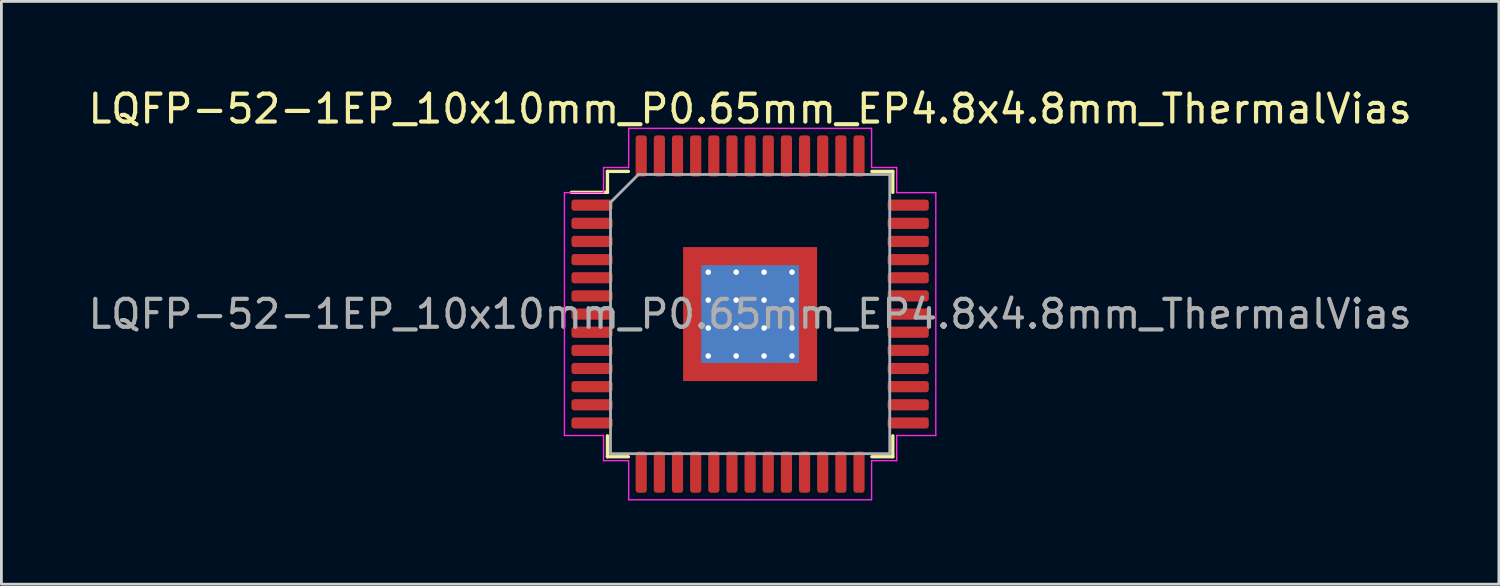
<source format=kicad_pcb>
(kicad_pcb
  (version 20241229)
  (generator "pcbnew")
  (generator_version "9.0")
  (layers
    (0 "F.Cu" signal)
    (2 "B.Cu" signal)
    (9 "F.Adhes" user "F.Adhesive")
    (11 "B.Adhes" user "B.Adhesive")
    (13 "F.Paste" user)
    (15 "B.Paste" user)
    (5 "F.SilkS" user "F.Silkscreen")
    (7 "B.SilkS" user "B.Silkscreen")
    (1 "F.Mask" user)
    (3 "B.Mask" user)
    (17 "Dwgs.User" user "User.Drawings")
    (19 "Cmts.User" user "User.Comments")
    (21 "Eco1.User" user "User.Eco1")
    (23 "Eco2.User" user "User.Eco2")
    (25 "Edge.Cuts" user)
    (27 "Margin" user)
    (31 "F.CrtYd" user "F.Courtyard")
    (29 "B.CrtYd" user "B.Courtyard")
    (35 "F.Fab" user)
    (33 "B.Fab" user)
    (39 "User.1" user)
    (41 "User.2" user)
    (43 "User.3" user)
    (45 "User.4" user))
  (footprint "LQFP-52-1EP_10x10mm_P0.65mm_EP4.8x4.8mm_ThermalVias"
    (layer "F.Cu")
    (at 23.815 8.198)
    (property "Reference" "LQFP-52-1EP_10x10mm_P0.65mm_EP4.8x4.8mm_ThermalVias" (at 0 -7.35 0) (layer "F.SilkS") (effects (font (size 1 1) (thickness 0.15))))
    (attr smd)
    (fp_line (start -5.11 -5.11) (end -5.11 -4.36) (stroke (width 0.12) (type solid)) (layer "F.SilkS"))
    (fp_line (start -5.11 -4.36) (end -6.4 -4.36) (stroke (width 0.12) (type solid)) (layer "F.SilkS"))
    (fp_line (start -5.11 5.11) (end -5.11 4.36) (stroke (width 0.12) (type solid)) (layer "F.SilkS"))
    (fp_line (start -4.36 -5.11) (end -5.11 -5.11) (stroke (width 0.12) (type solid)) (layer "F.SilkS"))
    (fp_line (start -4.36 5.11) (end -5.11 5.11) (stroke (width 0.12) (type solid)) (layer "F.SilkS"))
    (fp_line (start 4.36 -5.11) (end 5.11 -5.11) (stroke (width 0.12) (type solid)) (layer "F.SilkS"))
    (fp_line (start 4.36 5.11) (end 5.11 5.11) (stroke (width 0.12) (type solid)) (layer "F.SilkS"))
    (fp_line (start 5.11 -5.11) (end 5.11 -4.36) (stroke (width 0.12) (type solid)) (layer "F.SilkS"))
    (fp_line (start 5.11 5.11) (end 5.11 4.36) (stroke (width 0.12) (type solid)) (layer "F.SilkS"))
    (fp_line (start -6.65 -4.35) (end -6.65 0) (stroke (width 0.05) (type solid)) (layer "F.CrtYd"))
    (fp_line (start -6.65 4.35) (end -6.65 0) (stroke (width 0.05) (type solid)) (layer "F.CrtYd"))
    (fp_line (start -5.25 -5.25) (end -5.25 -4.35) (stroke (width 0.05) (type solid)) (layer "F.CrtYd"))
    (fp_line (start -5.25 -4.35) (end -6.65 -4.35) (stroke (width 0.05) (type solid)) (layer "F.CrtYd"))
    (fp_line (start -5.25 4.35) (end -6.65 4.35) (stroke (width 0.05) (type solid)) (layer "F.CrtYd"))
    (fp_line (start -5.25 5.25) (end -5.25 4.35) (stroke (width 0.05) (type solid)) (layer "F.CrtYd"))
    (fp_line (start -4.35 -6.65) (end -4.35 -5.25) (stroke (width 0.05) (type solid)) (layer "F.CrtYd"))
    (fp_line (start -4.35 -5.25) (end -5.25 -5.25) (stroke (width 0.05) (type solid)) (layer "F.CrtYd"))
    (fp_line (start -4.35 5.25) (end -5.25 5.25) (stroke (width 0.05) (type solid)) (layer "F.CrtYd"))
    (fp_line (start -4.35 6.65) (end -4.35 5.25) (stroke (width 0.05) (type solid)) (layer "F.CrtYd"))
    (fp_line (start 0 -6.65) (end -4.35 -6.65) (stroke (width 0.05) (type solid)) (layer "F.CrtYd"))
    (fp_line (start 0 -6.65) (end 4.35 -6.65) (stroke (width 0.05) (type solid)) (layer "F.CrtYd"))
    (fp_line (start 0 6.65) (end -4.35 6.65) (stroke (width 0.05) (type solid)) (layer "F.CrtYd"))
    (fp_line (start 0 6.65) (end 4.35 6.65) (stroke (width 0.05) (type solid)) (layer "F.CrtYd"))
    (fp_line (start 4.35 -6.65) (end 4.35 -5.25) (stroke (width 0.05) (type solid)) (layer "F.CrtYd"))
    (fp_line (start 4.35 -5.25) (end 5.25 -5.25) (stroke (width 0.05) (type solid)) (layer "F.CrtYd"))
    (fp_line (start 4.35 5.25) (end 5.25 5.25) (stroke (width 0.05) (type solid)) (layer "F.CrtYd"))
    (fp_line (start 4.35 6.65) (end 4.35 5.25) (stroke (width 0.05) (type solid)) (layer "F.CrtYd"))
    (fp_line (start 5.25 -5.25) (end 5.25 -4.35) (stroke (width 0.05) (type solid)) (layer "F.CrtYd"))
    (fp_line (start 5.25 -4.35) (end 6.65 -4.35) (stroke (width 0.05) (type solid)) (layer "F.CrtYd"))
    (fp_line (start 5.25 4.35) (end 6.65 4.35) (stroke (width 0.05) (type solid)) (layer "F.CrtYd"))
    (fp_line (start 5.25 5.25) (end 5.25 4.35) (stroke (width 0.05) (type solid)) (layer "F.CrtYd"))
    (fp_line (start 6.65 -4.35) (end 6.65 0) (stroke (width 0.05) (type solid)) (layer "F.CrtYd"))
    (fp_line (start 6.65 4.35) (end 6.65 0) (stroke (width 0.05) (type solid)) (layer "F.CrtYd"))
    (fp_line (start -5 -4) (end -4 -5) (stroke (width 0.1) (type solid)) (layer "F.Fab"))
    (fp_line (start -5 5) (end -5 -4) (stroke (width 0.1) (type solid)) (layer "F.Fab"))
    (fp_line (start -4 -5) (end 5 -5) (stroke (width 0.1) (type solid)) (layer "F.Fab"))
    (fp_line (start 5 -5) (end 5 5) (stroke (width 0.1) (type solid)) (layer "F.Fab"))
    (fp_line (start 5 5) (end -5 5) (stroke (width 0.1) (type solid)) (layer "F.Fab"))
    (fp_text user "${REFERENCE}" (at 0 0 0) (layer "F.Fab") (effects (font (size 1 1) (thickness 0.15))))
    (pad "" smd custom (at -1.95 -1.95) (size 0.649 0.649) (layers "F.Paste") (options (anchor circle)) (primitives (gr_poly (pts (xy -0.286 -0.286) (xy 0.286 -0.286) (xy 0.286 0.223) (xy 0.223 0.286) (xy -0.286 0.286)) (width 0.153) (fill yes))))
    (pad "" smd roundrect (at -1.95 -1) (size 0.726 0.806) (layers "F.Paste") (roundrect_rratio 0.25))
    (pad "" smd roundrect (at -1.95 0) (size 0.726 0.806) (layers "F.Paste") (roundrect_rratio 0.25))
    (pad "" smd roundrect (at -1.95 1) (size 0.726 0.806) (layers "F.Paste") (roundrect_rratio 0.25))
    (pad "" smd custom (at -1.95 1.95) (size 0.649 0.649) (layers "F.Paste") (options (anchor circle)) (primitives (gr_poly (pts (xy -0.286 -0.286) (xy 0.223 -0.286) (xy 0.286 -0.223) (xy 0.286 0.286) (xy -0.286 0.286)) (width 0.153) (fill yes))))
    (pad "" smd roundrect (at -1 -1.95) (size 0.806 0.726) (layers "F.Paste") (roundrect_rratio 0.25))
    (pad "" smd roundrect (at -1 -1) (size 0.806 0.806) (layers "F.Paste") (roundrect_rratio 0.25))
    (pad "" smd roundrect (at -1 0) (size 0.806 0.806) (layers "F.Paste") (roundrect_rratio 0.25))
    (pad "" smd roundrect (at -1 1) (size 0.806 0.806) (layers "F.Paste") (roundrect_rratio 0.25))
    (pad "" smd roundrect (at -1 1.95) (size 0.806 0.726) (layers "F.Paste") (roundrect_rratio 0.25))
    (pad "" smd roundrect (at 0 -1.95) (size 0.806 0.726) (layers "F.Paste") (roundrect_rratio 0.25))
    (pad "" smd roundrect (at 0 -1) (size 0.806 0.806) (layers "F.Paste") (roundrect_rratio 0.25))
    (pad "" smd roundrect (at 0 0) (size 0.806 0.806) (layers "F.Paste") (roundrect_rratio 0.25))
    (pad "" smd roundrect (at 0 1) (size 0.806 0.806) (layers "F.Paste") (roundrect_rratio 0.25))
    (pad "" smd roundrect (at 0 1.95) (size 0.806 0.726) (layers "F.Paste") (roundrect_rratio 0.25))
    (pad "" smd roundrect (at 1 -1.95) (size 0.806 0.726) (layers "F.Paste") (roundrect_rratio 0.25))
    (pad "" smd roundrect (at 1 -1) (size 0.806 0.806) (layers "F.Paste") (roundrect_rratio 0.25))
    (pad "" smd roundrect (at 1 0) (size 0.806 0.806) (layers "F.Paste") (roundrect_rratio 0.25))
    (pad "" smd roundrect (at 1 1) (size 0.806 0.806) (layers "F.Paste") (roundrect_rratio 0.25))
    (pad "" smd roundrect (at 1 1.95) (size 0.806 0.726) (layers "F.Paste") (roundrect_rratio 0.25))
    (pad "" smd custom (at 1.95 -1.95) (size 0.649 0.649) (layers "F.Paste") (options (anchor circle)) (primitives (gr_poly (pts (xy -0.286 -0.286) (xy 0.286 -0.286) (xy 0.286 0.286) (xy -0.223 0.286) (xy -0.286 0.223)) (width 0.153) (fill yes))))
    (pad "" smd roundrect (at 1.95 -1) (size 0.726 0.806) (layers "F.Paste") (roundrect_rratio 0.25))
    (pad "" smd roundrect (at 1.95 0) (size 0.726 0.806) (layers "F.Paste") (roundrect_rratio 0.25))
    (pad "" smd roundrect (at 1.95 1) (size 0.726 0.806) (layers "F.Paste") (roundrect_rratio 0.25))
    (pad "" smd custom (at 1.95 1.95) (size 0.649 0.649) (layers "F.Paste") (options (anchor circle)) (primitives (gr_poly (pts (xy -0.286 -0.223) (xy -0.223 -0.286) (xy 0.286 -0.286) (xy 0.286 0.286) (xy -0.286 0.286)) (width 0.153) (fill yes))))
    (pad "1" smd roundrect (at -5.662 -3.9) (size 1.475 0.4) (layers "F.Cu" "F.Mask" "F.Paste") (roundrect_rratio 0.25))
    (pad "2" smd roundrect (at -5.662 -3.25) (size 1.475 0.4) (layers "F.Cu" "F.Mask" "F.Paste") (roundrect_rratio 0.25))
    (pad "3" smd roundrect (at -5.662 -2.6) (size 1.475 0.4) (layers "F.Cu" "F.Mask" "F.Paste") (roundrect_rratio 0.25))
    (pad "4" smd roundrect (at -5.662 -1.95) (size 1.475 0.4) (layers "F.Cu" "F.Mask" "F.Paste") (roundrect_rratio 0.25))
    (pad "5" smd roundrect (at -5.662 -1.3) (size 1.475 0.4) (layers "F.Cu" "F.Mask" "F.Paste") (roundrect_rratio 0.25))
    (pad "6" smd roundrect (at -5.662 -0.65) (size 1.475 0.4) (layers "F.Cu" "F.Mask" "F.Paste") (roundrect_rratio 0.25))
    (pad "7" smd roundrect (at -5.662 0) (size 1.475 0.4) (layers "F.Cu" "F.Mask" "F.Paste") (roundrect_rratio 0.25))
    (pad "8" smd roundrect (at -5.662 0.65) (size 1.475 0.4) (layers "F.Cu" "F.Mask" "F.Paste") (roundrect_rratio 0.25))
    (pad "9" smd roundrect (at -5.662 1.3) (size 1.475 0.4) (layers "F.Cu" "F.Mask" "F.Paste") (roundrect_rratio 0.25))
    (pad "10" smd roundrect (at -5.662 1.95) (size 1.475 0.4) (layers "F.Cu" "F.Mask" "F.Paste") (roundrect_rratio 0.25))
    (pad "11" smd roundrect (at -5.662 2.6) (size 1.475 0.4) (layers "F.Cu" "F.Mask" "F.Paste") (roundrect_rratio 0.25))
    (pad "12" smd roundrect (at -5.662 3.25) (size 1.475 0.4) (layers "F.Cu" "F.Mask" "F.Paste") (roundrect_rratio 0.25))
    (pad "13" smd roundrect (at -5.662 3.9) (size 1.475 0.4) (layers "F.Cu" "F.Mask" "F.Paste") (roundrect_rratio 0.25))
    (pad "14" smd roundrect (at -3.9 5.662) (size 0.4 1.475) (layers "F.Cu" "F.Mask" "F.Paste") (roundrect_rratio 0.25))
    (pad "15" smd roundrect (at -3.25 5.662) (size 0.4 1.475) (layers "F.Cu" "F.Mask" "F.Paste") (roundrect_rratio 0.25))
    (pad "16" smd roundrect (at -2.6 5.662) (size 0.4 1.475) (layers "F.Cu" "F.Mask" "F.Paste") (roundrect_rratio 0.25))
    (pad "17" smd roundrect (at -1.95 5.662) (size 0.4 1.475) (layers "F.Cu" "F.Mask" "F.Paste") (roundrect_rratio 0.25))
    (pad "18" smd roundrect (at -1.3 5.662) (size 0.4 1.475) (layers "F.Cu" "F.Mask" "F.Paste") (roundrect_rratio 0.25))
    (pad "19" smd roundrect (at -0.65 5.662) (size 0.4 1.475) (layers "F.Cu" "F.Mask" "F.Paste") (roundrect_rratio 0.25))
    (pad "20" smd roundrect (at 0 5.662) (size 0.4 1.475) (layers "F.Cu" "F.Mask" "F.Paste") (roundrect_rratio 0.25))
    (pad "21" smd roundrect (at 0.65 5.662) (size 0.4 1.475) (layers "F.Cu" "F.Mask" "F.Paste") (roundrect_rratio 0.25))
    (pad "22" smd roundrect (at 1.3 5.662) (size 0.4 1.475) (layers "F.Cu" "F.Mask" "F.Paste") (roundrect_rratio 0.25))
    (pad "23" smd roundrect (at 1.95 5.662) (size 0.4 1.475) (layers "F.Cu" "F.Mask" "F.Paste") (roundrect_rratio 0.25))
    (pad "24" smd roundrect (at 2.6 5.662) (size 0.4 1.475) (layers "F.Cu" "F.Mask" "F.Paste") (roundrect_rratio 0.25))
    (pad "25" smd roundrect (at 3.25 5.662) (size 0.4 1.475) (layers "F.Cu" "F.Mask" "F.Paste") (roundrect_rratio 0.25))
    (pad "26" smd roundrect (at 3.9 5.662) (size 0.4 1.475) (layers "F.Cu" "F.Mask" "F.Paste") (roundrect_rratio 0.25))
    (pad "27" smd roundrect (at 5.662 3.9) (size 1.475 0.4) (layers "F.Cu" "F.Mask" "F.Paste") (roundrect_rratio 0.25))
    (pad "28" smd roundrect (at 5.662 3.25) (size 1.475 0.4) (layers "F.Cu" "F.Mask" "F.Paste") (roundrect_rratio 0.25))
    (pad "29" smd roundrect (at 5.662 2.6) (size 1.475 0.4) (layers "F.Cu" "F.Mask" "F.Paste") (roundrect_rratio 0.25))
    (pad "30" smd roundrect (at 5.662 1.95) (size 1.475 0.4) (layers "F.Cu" "F.Mask" "F.Paste") (roundrect_rratio 0.25))
    (pad "31" smd roundrect (at 5.662 1.3) (size 1.475 0.4) (layers "F.Cu" "F.Mask" "F.Paste") (roundrect_rratio 0.25))
    (pad "32" smd roundrect (at 5.662 0.65) (size 1.475 0.4) (layers "F.Cu" "F.Mask" "F.Paste") (roundrect_rratio 0.25))
    (pad "33" smd roundrect (at 5.662 0) (size 1.475 0.4) (layers "F.Cu" "F.Mask" "F.Paste") (roundrect_rratio 0.25))
    (pad "34" smd roundrect (at 5.662 -0.65) (size 1.475 0.4) (layers "F.Cu" "F.Mask" "F.Paste") (roundrect_rratio 0.25))
    (pad "35" smd roundrect (at 5.662 -1.3) (size 1.475 0.4) (layers "F.Cu" "F.Mask" "F.Paste") (roundrect_rratio 0.25))
    (pad "36" smd roundrect (at 5.662 -1.95) (size 1.475 0.4) (layers "F.Cu" "F.Mask" "F.Paste") (roundrect_rratio 0.25))
    (pad "37" smd roundrect (at 5.662 -2.6) (size 1.475 0.4) (layers "F.Cu" "F.Mask" "F.Paste") (roundrect_rratio 0.25))
    (pad "38" smd roundrect (at 5.662 -3.25) (size 1.475 0.4) (layers "F.Cu" "F.Mask" "F.Paste") (roundrect_rratio 0.25))
    (pad "39" smd roundrect (at 5.662 -3.9) (size 1.475 0.4) (layers "F.Cu" "F.Mask" "F.Paste") (roundrect_rratio 0.25))
    (pad "40" smd roundrect (at 3.9 -5.662) (size 0.4 1.475) (layers "F.Cu" "F.Mask" "F.Paste") (roundrect_rratio 0.25))
    (pad "41" smd roundrect (at 3.25 -5.662) (size 0.4 1.475) (layers "F.Cu" "F.Mask" "F.Paste") (roundrect_rratio 0.25))
    (pad "42" smd roundrect (at 2.6 -5.662) (size 0.4 1.475) (layers "F.Cu" "F.Mask" "F.Paste") (roundrect_rratio 0.25))
    (pad "43" smd roundrect (at 1.95 -5.662) (size 0.4 1.475) (layers "F.Cu" "F.Mask" "F.Paste") (roundrect_rratio 0.25))
    (pad "44" smd roundrect (at 1.3 -5.662) (size 0.4 1.475) (layers "F.Cu" "F.Mask" "F.Paste") (roundrect_rratio 0.25))
    (pad "45" smd roundrect (at 0.65 -5.662) (size 0.4 1.475) (layers "F.Cu" "F.Mask" "F.Paste") (roundrect_rratio 0.25))
    (pad "46" smd roundrect (at 0 -5.662) (size 0.4 1.475) (layers "F.Cu" "F.Mask" "F.Paste") (roundrect_rratio 0.25))
    (pad "47" smd roundrect (at -0.65 -5.662) (size 0.4 1.475) (layers "F.Cu" "F.Mask" "F.Paste") (roundrect_rratio 0.25))
    (pad "48" smd roundrect (at -1.3 -5.662) (size 0.4 1.475) (layers "F.Cu" "F.Mask" "F.Paste") (roundrect_rratio 0.25))
    (pad "49" smd roundrect (at -1.95 -5.662) (size 0.4 1.475) (layers "F.Cu" "F.Mask" "F.Paste") (roundrect_rratio 0.25))
    (pad "50" smd roundrect (at -2.6 -5.662) (size 0.4 1.475) (layers "F.Cu" "F.Mask" "F.Paste") (roundrect_rratio 0.25))
    (pad "51" smd roundrect (at -3.25 -5.662) (size 0.4 1.475) (layers "F.Cu" "F.Mask" "F.Paste") (roundrect_rratio 0.25))
    (pad "52" smd roundrect (at -3.9 -5.662) (size 0.4 1.475) (layers "F.Cu" "F.Mask" "F.Paste") (roundrect_rratio 0.25))
    (pad "53" thru_hole circle (at -1.5 -1.5) (size 0.5 0.5) (drill 0.2) (layers "*.Cu"))
    (pad "53" thru_hole circle (at -1.5 -0.5) (size 0.5 0.5) (drill 0.2) (layers "*.Cu"))
    (pad "53" thru_hole circle (at -1.5 0.5) (size 0.5 0.5) (drill 0.2) (layers "*.Cu"))
    (pad "53" thru_hole circle (at -1.5 1.5) (size 0.5 0.5) (drill 0.2) (layers "*.Cu"))
    (pad "53" thru_hole circle (at -0.5 -1.5) (size 0.5 0.5) (drill 0.2) (layers "*.Cu"))
    (pad "53" thru_hole circle (at -0.5 -0.5) (size 0.5 0.5) (drill 0.2) (layers "*.Cu"))
    (pad "53" thru_hole circle (at -0.5 0.5) (size 0.5 0.5) (drill 0.2) (layers "*.Cu"))
    (pad "53" thru_hole circle (at -0.5 1.5) (size 0.5 0.5) (drill 0.2) (layers "*.Cu"))
    (pad "53" smd rect (at 0 0) (size 3.5 3.5) (layers "B.Cu"))
    (pad "53" smd rect (at 0 0) (size 4.8 4.8) (layers "F.Cu" "F.Mask"))
    (pad "53" thru_hole circle (at 0.5 -1.5) (size 0.5 0.5) (drill 0.2) (layers "*.Cu"))
    (pad "53" thru_hole circle (at 0.5 -0.5) (size 0.5 0.5) (drill 0.2) (layers "*.Cu"))
    (pad "53" thru_hole circle (at 0.5 0.5) (size 0.5 0.5) (drill 0.2) (layers "*.Cu"))
    (pad "53" thru_hole circle (at 0.5 1.5) (size 0.5 0.5) (drill 0.2) (layers "*.Cu"))
    (pad "53" thru_hole circle (at 1.5 -1.5) (size 0.5 0.5) (drill 0.2) (layers "*.Cu"))
    (pad "53" thru_hole circle (at 1.5 -0.5) (size 0.5 0.5) (drill 0.2) (layers "*.Cu"))
    (pad "53" thru_hole circle (at 1.5 0.5) (size 0.5 0.5) (drill 0.2) (layers "*.Cu"))
    (pad "53" thru_hole circle (at 1.5 1.5) (size 0.5 0.5) (drill 0.2) (layers "*.Cu")))
  (gr_rect
    (start -3 -3)
    (end 50.631 17.873)
    (stroke (width 0.1) (type default))
    (fill no)
    (layer "Edge.Cuts")))
</source>
